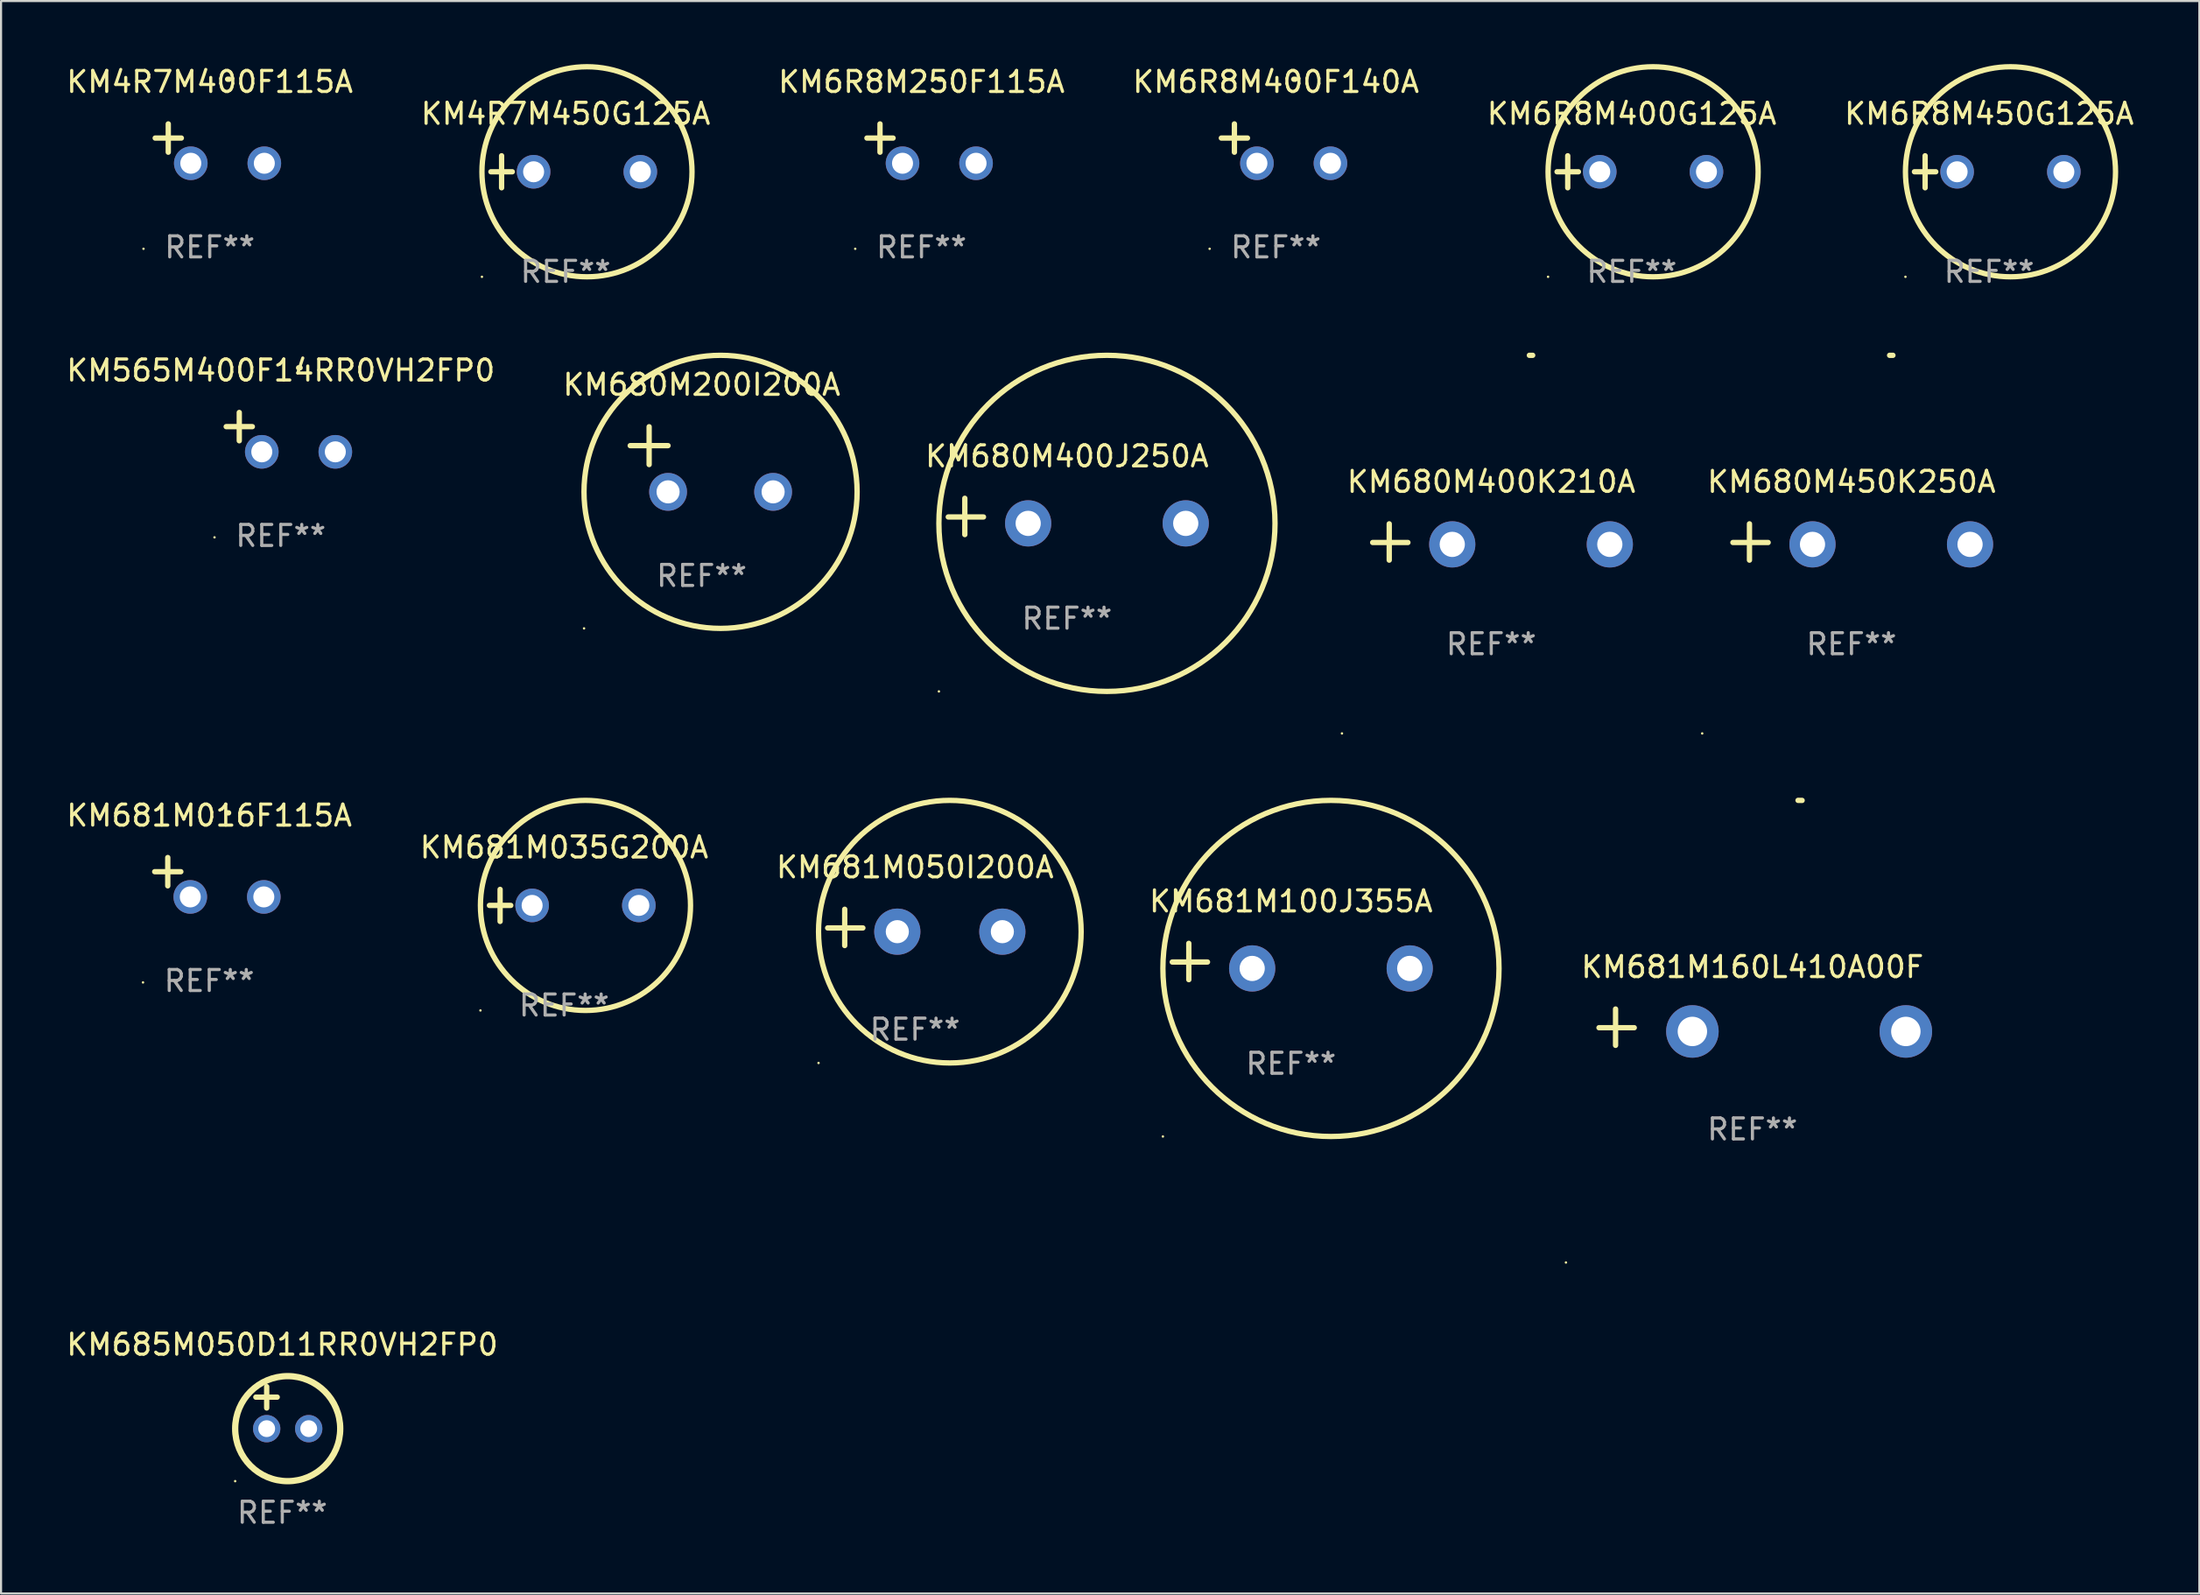
<source format=kicad_pcb>
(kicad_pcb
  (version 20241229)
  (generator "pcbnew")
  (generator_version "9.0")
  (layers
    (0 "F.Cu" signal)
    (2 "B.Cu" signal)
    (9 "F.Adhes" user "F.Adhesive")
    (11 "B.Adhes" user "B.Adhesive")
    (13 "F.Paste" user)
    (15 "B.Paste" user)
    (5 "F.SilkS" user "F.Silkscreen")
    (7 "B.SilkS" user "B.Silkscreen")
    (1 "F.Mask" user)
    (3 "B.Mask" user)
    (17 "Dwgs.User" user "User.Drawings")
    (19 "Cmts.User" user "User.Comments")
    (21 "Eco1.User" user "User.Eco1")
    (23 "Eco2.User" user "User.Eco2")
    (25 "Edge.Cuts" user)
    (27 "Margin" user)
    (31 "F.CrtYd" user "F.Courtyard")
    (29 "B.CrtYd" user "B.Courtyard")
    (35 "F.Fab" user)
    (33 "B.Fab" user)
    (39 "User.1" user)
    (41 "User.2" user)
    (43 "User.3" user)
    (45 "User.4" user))
  (footprint "KM681M016F115A"
    (layer "F.Cu")
    (at 6.911 38.709)
    (property "Reference" "KM681M016F115A" (at 0 -2.937 0) (layer "F.SilkS") (effects (font (size 1 1) (thickness 0.15))))
    (attr through_hole)
    (fp_line (start -1.975 0.41) (end -1.975 -0.937) (stroke (width 0.254) (type solid)) (layer "F.SilkS"))
    (fp_line (start -1.353 -0.263) (end -2.597 -0.263) (stroke (width 0.254) (type solid)) (layer "F.SilkS"))
    (fp_arc (start 0.849809 -3.063957) (mid 0.885369 -3.064114) (end 0.920929 -3.063957) (stroke (width 0.254001) (type solid)) (layer "F.SilkS"))
    (fp_circle (center -3.154 5.008) (end -3.124 5.008) (stroke (width 0.06) (type solid)) (fill no) (layer "F.SilkS"))
    (fp_text user "REF**" (at 0 4.937 0) (layer "F.Fab") (effects (font (size 1 1) (thickness 0.15))))
    (pad "1" thru_hole circle (at -0.903 0.937) (size 1.6 1.6) (drill 1) (layers "*.Cu" "*.Mask"))
    (pad "2" thru_hole circle (at 2.597 0.937) (size 1.6 1.6) (drill 1) (layers "*.Cu" "*.Mask")))
  (footprint "KM4R7M450G125A"
    (layer "F.Cu")
    (at 23.875 5.127)
    (property "Reference" "KM4R7M450G125A" (at 0 -2.762 0) (layer "F.SilkS") (effects (font (size 1 1) (thickness 0.15))))
    (attr through_hole)
    (fp_line (start -3.556 0) (end -2.54 0) (stroke (width 0.254) (type solid)) (layer "F.SilkS"))
    (fp_line (start -3.048 -0.762) (end -3.048 0.762) (stroke (width 0.254) (type solid)) (layer "F.SilkS"))
    (fp_circle (center -3.984 5) (end -3.954 5) (stroke (width 0.06) (type solid)) (fill no) (layer "F.SilkS"))
    (fp_circle (center 1.016 0) (end 6.016 0) (stroke (width 0.254) (type solid)) (fill no) (layer "F.SilkS"))
    (fp_text user "REF**" (at 0 4.762 0) (layer "F.Fab") (effects (font (size 1 1) (thickness 0.15))))
    (pad "1" thru_hole circle (at -1.524 0) (size 1.6 1.6) (drill 1) (layers "*.Cu" "*.Mask"))
    (pad "2" thru_hole circle (at 3.556 0) (size 1.6 1.6) (drill 1) (layers "*.Cu" "*.Mask")))
  (footprint "KM681M050I200A"
    (layer "F.Cu")
    (at 40.506 41.098)
    (property "Reference" "KM681M050I200A" (at 0 -2.864 0) (layer "F.SilkS") (effects (font (size 1 1) (thickness 0.15))))
    (attr through_hole)
    (fp_line (start -3.346 0.864) (end -3.346 -0.864) (stroke (width 0.254) (type solid)) (layer "F.SilkS"))
    (fp_line (start -2.482 0.025) (end -4.158 0.025) (stroke (width 0.254) (type solid)) (layer "F.SilkS"))
    (fp_circle (center -4.592 6.453) (end -4.562 6.453) (stroke (width 0.06) (type solid)) (fill no) (layer "F.SilkS"))
    (fp_circle (center 1.658 0.203) (end 7.908 0.203) (stroke (width 0.254) (type solid)) (fill no) (layer "F.SilkS"))
    (fp_text user "REF**" (at 0 4.864 0) (layer "F.Fab") (effects (font (size 1 1) (thickness 0.15))))
    (pad "1" thru_hole circle (at -0.842 0.203) (size 2.2 2.2) (drill 1.1) (layers "*.Cu" "*.Mask"))
    (pad "2" thru_hole circle (at 4.158 0.203) (size 2.2 2.2) (drill 1.1) (layers "*.Cu" "*.Mask")))
  (footprint "KM680M200I200A"
    (layer "F.Cu")
    (at 30.351 18.814)
    (property "Reference" "KM680M200I200A" (at 0 -3.55 0) (layer "F.SilkS") (effects (font (size 1 1) (thickness 0.15))))
    (attr through_hole)
    (fp_line (start -3.401 -0.65) (end -1.601 -0.65) (stroke (width 0.254) (type solid)) (layer "F.SilkS"))
    (fp_line (start -2.501 -1.55) (end -2.501 0.25) (stroke (width 0.254) (type solid)) (layer "F.SilkS"))
    (fp_circle (center -5.599 8.05) (end -5.569 8.05) (stroke (width 0.06) (type solid)) (fill no) (layer "F.SilkS"))
    (fp_circle (center 0.899 1.55) (end 7.399 1.55) (stroke (width 0.254) (type solid)) (fill no) (layer "F.SilkS"))
    (fp_text user "REF**" (at 0 5.55 0) (layer "F.Fab") (effects (font (size 1 1) (thickness 0.15))))
    (pad "1" thru_hole circle (at -1.599 1.55) (size 1.8 1.8) (drill 1.1) (layers "*.Cu" "*.Mask"))
    (pad "2" thru_hole circle (at 3.401 1.55) (size 1.8 1.8) (drill 1.1) (layers "*.Cu" "*.Mask")))
  (footprint "KM565M400F14RR0VH2FP0"
    (layer "F.Cu")
    (at 10.315 17.522)
    (property "Reference" "KM565M400F14RR0VH2FP0" (at 0 -2.937 0) (layer "F.SilkS") (effects (font (size 1 1) (thickness 0.15))))
    (attr through_hole)
    (fp_line (start -1.975 0.41) (end -1.975 -0.937) (stroke (width 0.254) (type solid)) (layer "F.SilkS"))
    (fp_line (start -1.353 -0.263) (end -2.597 -0.263) (stroke (width 0.254) (type solid)) (layer "F.SilkS"))
    (fp_arc (start 0.849809 -3.063957) (mid 0.885369 -3.064114) (end 0.920929 -3.063957) (stroke (width 0.254001) (type solid)) (layer "F.SilkS"))
    (fp_circle (center -3.154 5.008) (end -3.124 5.008) (stroke (width 0.06) (type solid)) (fill no) (layer "F.SilkS"))
    (fp_text user "REF**" (at 0 4.937 0) (layer "F.Fab") (effects (font (size 1 1) (thickness 0.15))))
    (pad "1" thru_hole circle (at -0.903 0.937) (size 1.6 1.6) (drill 1) (layers "*.Cu" "*.Mask"))
    (pad "2" thru_hole circle (at 2.597 0.937) (size 1.6 1.6) (drill 1) (layers "*.Cu" "*.Mask")))
  (footprint "KM680M400J250A"
    (layer "F.Cu")
    (at 47.741 21.534)
    (property "Reference" "KM680M400J250A" (at 0 -2.864 0) (layer "F.SilkS") (effects (font (size 1 1) (thickness 0.15))))
    (attr through_hole)
    (fp_line (start -4.864 0.864) (end -4.864 -0.864) (stroke (width 0.254) (type solid)) (layer "F.SilkS"))
    (fp_line (start -3.975 0.025) (end -5.652 0.025) (stroke (width 0.254) (type solid)) (layer "F.SilkS"))
    (fp_circle (center -6.098 8.33) (end -6.068 8.33) (stroke (width 0.06) (type solid)) (fill no) (layer "F.SilkS"))
    (fp_circle (center 1.902 0.33) (end 9.902 0.33) (stroke (width 0.254) (type solid)) (fill no) (layer "F.SilkS"))
    (fp_text user "REF**" (at 0 4.864 0) (layer "F.Fab") (effects (font (size 1 1) (thickness 0.15))))
    (pad "1" thru_hole circle (at -1.848 0.33) (size 2.2 2.2) (drill 1.2) (layers "*.Cu" "*.Mask"))
    (pad "2" thru_hole circle (at 5.652 0.33) (size 2.2 2.2) (drill 1.2) (layers "*.Cu" "*.Mask")))
  (footprint "KM681M035G200A"
    (layer "F.Cu")
    (at 23.804 40.051)
    (property "Reference" "KM681M035G200A" (at 0 -2.762 0) (layer "F.SilkS") (effects (font (size 1 1) (thickness 0.15))))
    (attr through_hole)
    (fp_line (start -3.556 0) (end -2.54 0) (stroke (width 0.254) (type solid)) (layer "F.SilkS"))
    (fp_line (start -3.048 -0.762) (end -3.048 0.762) (stroke (width 0.254) (type solid)) (layer "F.SilkS"))
    (fp_circle (center -3.984 5) (end -3.954 5) (stroke (width 0.06) (type solid)) (fill no) (layer "F.SilkS"))
    (fp_circle (center 1.016 0) (end 6.016 0) (stroke (width 0.254) (type solid)) (fill no) (layer "F.SilkS"))
    (fp_text user "REF**" (at 0 4.762 0) (layer "F.Fab") (effects (font (size 1 1) (thickness 0.15))))
    (pad "1" thru_hole circle (at -1.524 0) (size 1.6 1.6) (drill 1) (layers "*.Cu" "*.Mask"))
    (pad "2" thru_hole circle (at 3.556 0) (size 1.6 1.6) (drill 1) (layers "*.Cu" "*.Mask")))
  (footprint "KM685M050D11RR0VH2FP0"
    (layer "F.Cu")
    (at 10.387 63.959)
    (property "Reference" "KM685M050D11RR0VH2FP0" (at 0 -3 0) (layer "F.SilkS") (effects (font (size 1 1) (thickness 0.15))))
    (attr through_hole)
    (fp_line (start -1.258 -0.5) (end -0.242 -0.5) (stroke (width 0.254) (type solid)) (layer "F.SilkS"))
    (fp_line (start -0.742 -1) (end -0.742 0.016) (stroke (width 0.254) (type solid)) (layer "F.SilkS"))
    (fp_circle (center -2.242 3.5) (end -2.212 3.5) (stroke (width 0.06) (type solid)) (fill no) (layer "F.SilkS"))
    (fp_circle (center 0.258 1) (end 2.758 1) (stroke (width 0.3) (type solid)) (fill no) (layer "F.SilkS"))
    (fp_text user "REF**" (at 0 5 0) (layer "F.Fab") (effects (font (size 1 1) (thickness 0.15))))
    (pad "1" thru_hole circle (at -0.742 1) (size 1.3 1.3) (drill 0.8) (layers "*.Cu" "*.Mask"))
    (pad "2" thru_hole circle (at 1.258 1) (size 1.3 1.3) (drill 0.8) (layers "*.Cu" "*.Mask")))
  (footprint "KM681M100J355A"
    (layer "F.Cu")
    (at 58.404 42.721)
    (property "Reference" "KM681M100J355A" (at 0 -2.864 0) (layer "F.SilkS") (effects (font (size 1 1) (thickness 0.15))))
    (attr through_hole)
    (fp_line (start -4.864 0.864) (end -4.864 -0.864) (stroke (width 0.254) (type solid)) (layer "F.SilkS"))
    (fp_line (start -3.975 0.025) (end -5.652 0.025) (stroke (width 0.254) (type solid)) (layer "F.SilkS"))
    (fp_circle (center -6.098 8.33) (end -6.068 8.33) (stroke (width 0.06) (type solid)) (fill no) (layer "F.SilkS"))
    (fp_circle (center 1.902 0.33) (end 9.902 0.33) (stroke (width 0.254) (type solid)) (fill no) (layer "F.SilkS"))
    (fp_text user "REF**" (at 0 4.864 0) (layer "F.Fab") (effects (font (size 1 1) (thickness 0.15))))
    (pad "1" thru_hole circle (at -1.848 0.33) (size 2.2 2.2) (drill 1.2) (layers "*.Cu" "*.Mask"))
    (pad "2" thru_hole circle (at 5.652 0.33) (size 2.2 2.2) (drill 1.2) (layers "*.Cu" "*.Mask")))
  (footprint "KM4R7M400F115A"
    (layer "F.Cu")
    (at 6.935 3.785)
    (property "Reference" "KM4R7M400F115A" (at 0 -2.937 0) (layer "F.SilkS") (effects (font (size 1 1) (thickness 0.15))))
    (attr through_hole)
    (fp_line (start -1.975 0.41) (end -1.975 -0.937) (stroke (width 0.254) (type solid)) (layer "F.SilkS"))
    (fp_line (start -1.353 -0.263) (end -2.597 -0.263) (stroke (width 0.254) (type solid)) (layer "F.SilkS"))
    (fp_arc (start 0.849809 -3.063957) (mid 0.885369 -3.064114) (end 0.920929 -3.063957) (stroke (width 0.254001) (type solid)) (layer "F.SilkS"))
    (fp_circle (center -3.154 5.008) (end -3.124 5.008) (stroke (width 0.06) (type solid)) (fill no) (layer "F.SilkS"))
    (fp_text user "REF**" (at 0 4.937 0) (layer "F.Fab") (effects (font (size 1 1) (thickness 0.15))))
    (pad "1" thru_hole circle (at -0.903 0.937) (size 1.6 1.6) (drill 1) (layers "*.Cu" "*.Mask"))
    (pad "2" thru_hole circle (at 2.597 0.937) (size 1.6 1.6) (drill 1) (layers "*.Cu" "*.Mask")))
  (footprint "KM6R8M400G125A"
    (layer "F.Cu")
    (at 74.625 5.127)
    (property "Reference" "KM6R8M400G125A" (at 0 -2.762 0) (layer "F.SilkS") (effects (font (size 1 1) (thickness 0.15))))
    (attr through_hole)
    (fp_line (start -3.556 0) (end -2.54 0) (stroke (width 0.254) (type solid)) (layer "F.SilkS"))
    (fp_line (start -3.048 -0.762) (end -3.048 0.762) (stroke (width 0.254) (type solid)) (layer "F.SilkS"))
    (fp_circle (center -3.984 5) (end -3.954 5) (stroke (width 0.06) (type solid)) (fill no) (layer "F.SilkS"))
    (fp_circle (center 1.016 0) (end 6.016 0) (stroke (width 0.254) (type solid)) (fill no) (layer "F.SilkS"))
    (fp_text user "REF**" (at 0 4.762 0) (layer "F.Fab") (effects (font (size 1 1) (thickness 0.15))))
    (pad "1" thru_hole circle (at -1.524 0) (size 1.6 1.6) (drill 1) (layers "*.Cu" "*.Mask"))
    (pad "2" thru_hole circle (at 3.556 0) (size 1.6 1.6) (drill 1) (layers "*.Cu" "*.Mask")))
  (footprint "KM680M450K250A"
    (layer "F.Cu")
    (at 85.084 22.75)
    (property "Reference" "KM680M450K250A" (at 0 -2.864 0) (layer "F.SilkS") (effects (font (size 1 1) (thickness 0.15))))
    (attr through_hole)
    (fp_line (start -4.856 0.864) (end -4.856 -0.864) (stroke (width 0.254) (type solid)) (layer "F.SilkS"))
    (fp_line (start -3.967 0.025) (end -5.644 0.025) (stroke (width 0.254) (type solid)) (layer "F.SilkS"))
    (fp_arc (start 1.815024 -8.885649) (mid 1.893764 -8.88599) (end 1.972504 -8.885649) (stroke (width 0.254001) (type solid)) (layer "F.SilkS"))
    (fp_circle (center -7.106 9.114) (end -7.076 9.114) (stroke (width 0.06) (type solid)) (fill no) (layer "F.SilkS"))
    (fp_text user "REF**" (at 0 4.864 0) (layer "F.Fab") (effects (font (size 1 1) (thickness 0.15))))
    (pad "1" thru_hole circle (at -1.856 0.114) (size 2.2 2.2) (drill 1.2) (layers "*.Cu" "*.Mask"))
    (pad "2" thru_hole circle (at 5.644 0.114) (size 2.2 2.2) (drill 1.2) (layers "*.Cu" "*.Mask")))
  (footprint "KM6R8M400F140A"
    (layer "F.Cu")
    (at 57.685 3.785)
    (property "Reference" "KM6R8M400F140A" (at 0 -2.937 0) (layer "F.SilkS") (effects (font (size 1 1) (thickness 0.15))))
    (attr through_hole)
    (fp_line (start -1.975 0.41) (end -1.975 -0.937) (stroke (width 0.254) (type solid)) (layer "F.SilkS"))
    (fp_line (start -1.353 -0.263) (end -2.597 -0.263) (stroke (width 0.254) (type solid)) (layer "F.SilkS"))
    (fp_arc (start 0.849809 -3.063957) (mid 0.885369 -3.064114) (end 0.920929 -3.063957) (stroke (width 0.254001) (type solid)) (layer "F.SilkS"))
    (fp_circle (center -3.154 5.008) (end -3.124 5.008) (stroke (width 0.06) (type solid)) (fill no) (layer "F.SilkS"))
    (fp_text user "REF**" (at 0 4.937 0) (layer "F.Fab") (effects (font (size 1 1) (thickness 0.15))))
    (pad "1" thru_hole circle (at -0.903 0.937) (size 1.6 1.6) (drill 1) (layers "*.Cu" "*.Mask"))
    (pad "2" thru_hole circle (at 2.597 0.937) (size 1.6 1.6) (drill 1) (layers "*.Cu" "*.Mask")))
  (footprint "KM6R8M250F115A"
    (layer "F.Cu")
    (at 40.815 3.785)
    (property "Reference" "KM6R8M250F115A" (at 0 -2.937 0) (layer "F.SilkS") (effects (font (size 1 1) (thickness 0.15))))
    (attr through_hole)
    (fp_line (start -1.975 0.41) (end -1.975 -0.937) (stroke (width 0.254) (type solid)) (layer "F.SilkS"))
    (fp_line (start -1.353 -0.263) (end -2.597 -0.263) (stroke (width 0.254) (type solid)) (layer "F.SilkS"))
    (fp_arc (start 0.849809 -3.063957) (mid 0.885369 -3.064114) (end 0.920929 -3.063957) (stroke (width 0.254001) (type solid)) (layer "F.SilkS"))
    (fp_circle (center -3.154 5.008) (end -3.124 5.008) (stroke (width 0.06) (type solid)) (fill no) (layer "F.SilkS"))
    (fp_text user "REF**" (at 0 4.937 0) (layer "F.Fab") (effects (font (size 1 1) (thickness 0.15))))
    (pad "1" thru_hole circle (at -0.903 0.937) (size 1.6 1.6) (drill 1) (layers "*.Cu" "*.Mask"))
    (pad "2" thru_hole circle (at 2.597 0.937) (size 1.6 1.6) (drill 1) (layers "*.Cu" "*.Mask")))
  (footprint "KM6R8M450G125A"
    (layer "F.Cu")
    (at 91.637 5.127)
    (property "Reference" "KM6R8M450G125A" (at 0 -2.762 0) (layer "F.SilkS") (effects (font (size 1 1) (thickness 0.15))))
    (attr through_hole)
    (fp_line (start -3.556 0) (end -2.54 0) (stroke (width 0.254) (type solid)) (layer "F.SilkS"))
    (fp_line (start -3.048 -0.762) (end -3.048 0.762) (stroke (width 0.254) (type solid)) (layer "F.SilkS"))
    (fp_circle (center -3.984 5) (end -3.954 5) (stroke (width 0.06) (type solid)) (fill no) (layer "F.SilkS"))
    (fp_circle (center 1.016 0) (end 6.016 0) (stroke (width 0.254) (type solid)) (fill no) (layer "F.SilkS"))
    (fp_text user "REF**" (at 0 4.762 0) (layer "F.Fab") (effects (font (size 1 1) (thickness 0.15))))
    (pad "1" thru_hole circle (at -1.524 0) (size 1.6 1.6) (drill 1) (layers "*.Cu" "*.Mask"))
    (pad "2" thru_hole circle (at 3.556 0) (size 1.6 1.6) (drill 1) (layers "*.Cu" "*.Mask")))
  (footprint "KM681M160L410A00F"
    (layer "F.Cu")
    (at 80.369 45.848)
    (property "Reference" "KM681M160L410A00F" (at 0 -2.864 0) (layer "F.SilkS") (effects (font (size 1 1) (thickness 0.15))))
    (attr through_hole)
    (fp_line (start -6.515 0.864) (end -6.515 -0.864) (stroke (width 0.254) (type solid)) (layer "F.SilkS"))
    (fp_line (start -5.626 0.025) (end -7.303 0.025) (stroke (width 0.254) (type solid)) (layer "F.SilkS"))
    (fp_arc (start 2.171704 -10.797562) (mid 2.268229 -10.796706) (end 2.364744 -10.795022) (stroke (width 0.254001) (type solid)) (layer "F.SilkS"))
    (fp_circle (center -8.877 11.202) (end -8.847 11.202) (stroke (width 0.06) (type solid)) (fill no) (layer "F.SilkS"))
    (fp_text user "REF**" (at 0 4.864 0) (layer "F.Fab") (effects (font (size 1 1) (thickness 0.15))))
    (pad "1" thru_hole circle (at -2.858 0.203) (size 2.5 2.5) (drill 1.4) (layers "*.Cu" "*.Mask"))
    (pad "2" thru_hole circle (at 7.303 0.203) (size 2.5 2.5) (drill 1.4) (layers "*.Cu" "*.Mask")))
  (footprint "KM680M400K210A"
    (layer "F.Cu")
    (at 67.936 22.75)
    (property "Reference" "KM680M400K210A" (at 0 -2.864 0) (layer "F.SilkS") (effects (font (size 1 1) (thickness 0.15))))
    (attr through_hole)
    (fp_line (start -4.856 0.864) (end -4.856 -0.864) (stroke (width 0.254) (type solid)) (layer "F.SilkS"))
    (fp_line (start -3.967 0.025) (end -5.644 0.025) (stroke (width 0.254) (type solid)) (layer "F.SilkS"))
    (fp_arc (start 1.815024 -8.885649) (mid 1.893764 -8.88599) (end 1.972504 -8.885649) (stroke (width 0.254001) (type solid)) (layer "F.SilkS"))
    (fp_circle (center -7.106 9.114) (end -7.076 9.114) (stroke (width 0.06) (type solid)) (fill no) (layer "F.SilkS"))
    (fp_text user "REF**" (at 0 4.864 0) (layer "F.Fab") (effects (font (size 1 1) (thickness 0.15))))
    (pad "1" thru_hole circle (at -1.856 0.114) (size 2.2 2.2) (drill 1.2) (layers "*.Cu" "*.Mask"))
    (pad "2" thru_hole circle (at 5.644 0.114) (size 2.2 2.2) (drill 1.2) (layers "*.Cu" "*.Mask")))
  (gr_rect
    (start -3 -3)
    (end 101.643 72.807)
    (stroke (width 0.1) (type default))
    (fill no)
    (layer "Edge.Cuts")))
</source>
